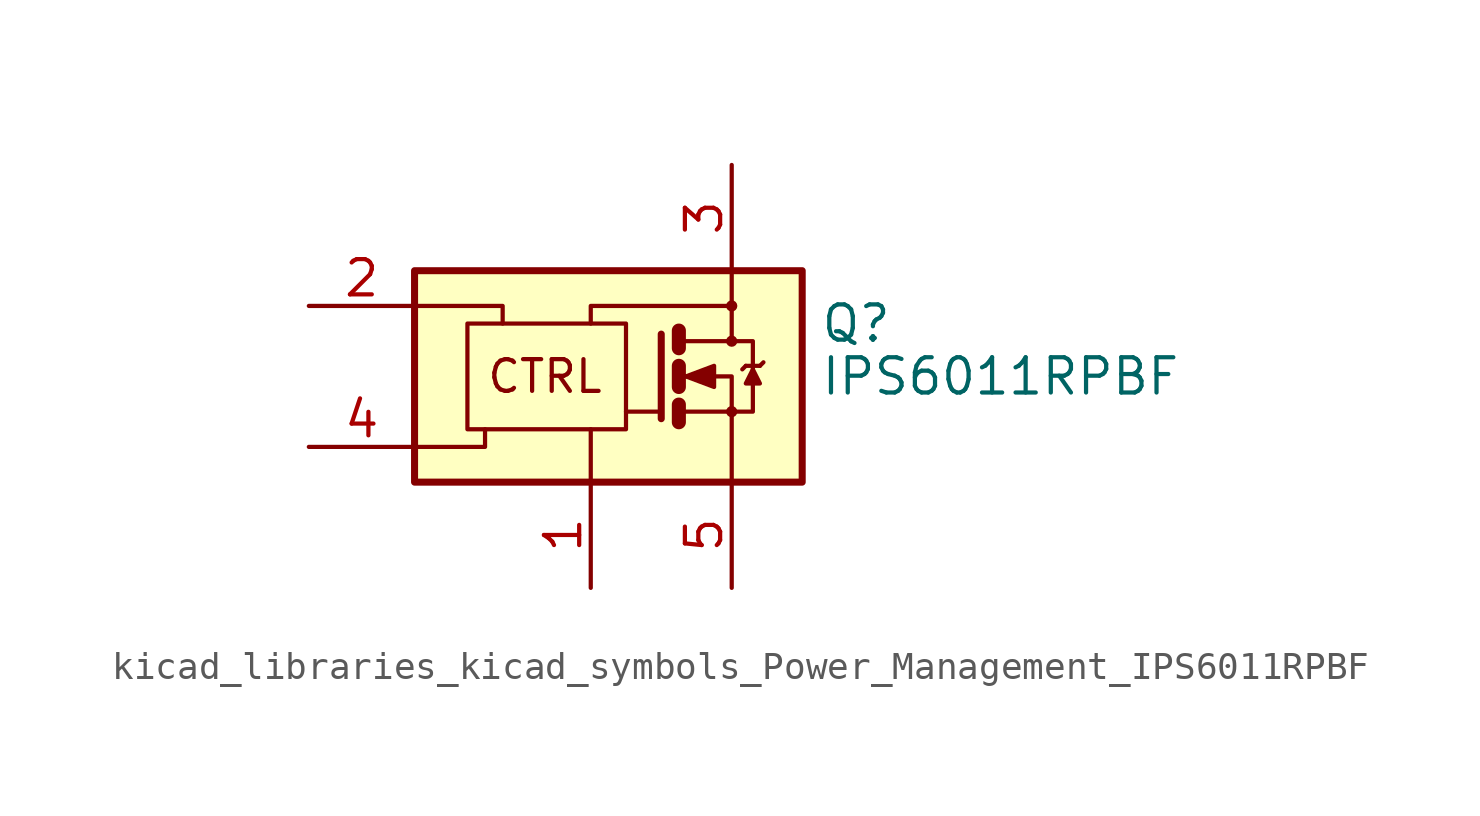
<source format=kicad_sym>
(kicad_symbol_lib
  (version 20220914)
  (generator kicad_symbol_editor)
  (symbol "kicad_libraries_kicad_symbols_Power_Management_IPS6011RPBF"
    (pin_names
      (offset 0) hide)
    (property "Reference" "Q"
      (at 8.255 1.905 0)
      (effects (font (size 1.27 1.27)) (justify left)))
    (property "Value" "IPS6011RPBF"
      (at 8.255 0 0)
      (effects (font (size 1.27 1.27)) (justify left)))
    (symbol "kicad_libraries_kicad_symbols_Power_Management_IPS6011RPBF_0_0"
      (rectangle (start -6.35 3.81) (end 7.62 -3.81) (stroke (width 0.254) (type default)) (fill (type background)))
      (polyline (pts (xy 0 -3.81) (xy 0 -1.905)) (stroke (width 0) (type default)) (fill (type none)))
      (polyline (pts (xy -6.35 -2.54) (xy -3.81 -2.54) (xy -3.81 -1.905)) (stroke (width 0) (type default)) (fill (type none)))
      (polyline (pts (xy -6.35 2.54) (xy -3.175 2.54) (xy -3.175 1.905)) (stroke (width 0) (type default)) (fill (type none)))
      (polyline (pts (xy 0 1.905) (xy 0 2.54) (xy 5.08 2.54)) (stroke (width 0) (type default)) (fill (type none)))
      (circle (center 5.08 2.54) (radius 0.127) (stroke (width 0) (type default)) (fill (type none)))
      (text "CTRL" (at -1.651 0 0) (effects (font (size 1.143 1.143)))))
    (symbol "kicad_libraries_kicad_symbols_Power_Management_IPS6011RPBF_0_1"
      (rectangle (start -4.445 1.905) (end 1.27 -1.905) (stroke (width 0) (type default)) (fill (type none)))
      (polyline (pts (xy 2.54 -1.27) (xy 1.27 -1.27)) (stroke (width 0) (type default)) (fill (type none)))
      (polyline (pts (xy 3.175 -1.27) (xy 5.08 -1.27)) (stroke (width 0) (type default)) (fill (type none)))
      (polyline (pts (xy 3.175 -1.016) (xy 3.175 -1.651)) (stroke (width 0.508) (type default)) (fill (type none)))
      (polyline (pts (xy 3.175 0.381) (xy 3.175 -0.381)) (stroke (width 0.508) (type default)) (fill (type none)))
      (polyline (pts (xy 3.175 1.651) (xy 3.175 1.016)) (stroke (width 0.508) (type default)) (fill (type none)))
      (polyline (pts (xy 5.588 0.381) (xy 5.461 0.254)) (stroke (width 0) (type default)) (fill (type none)))
      (polyline (pts (xy 5.588 0.381) (xy 6.096 0.381)) (stroke (width 0) (type default)) (fill (type none)))
      (polyline (pts (xy 6.096 0.381) (xy 6.223 0.508)) (stroke (width 0) (type default)) (fill (type none)))
      (polyline (pts (xy 2.54 1.524) (xy 2.54 -1.524) (xy 2.54 -1.524)) (stroke (width 0.254) (type default)) (fill (type none)))
      (polyline (pts (xy 3.175 0) (xy 5.08 0) (xy 5.08 -3.81)) (stroke (width 0) (type default)) (fill (type none)))
      (polyline (pts (xy 3.175 1.27) (xy 5.08 1.27) (xy 5.08 3.81)) (stroke (width 0) (type default)) (fill (type none)))
      (polyline (pts (xy 5.08 -1.27) (xy 5.842 -1.27) (xy 5.842 1.27) (xy 5.08 1.27)) (stroke (width 0) (type default)) (fill (type none)))
      (polyline (pts (xy 5.842 0.254) (xy 5.588 -0.254) (xy 6.096 -0.254) (xy 5.842 0.254)) (stroke (width 0) (type default)) (fill (type outline)))
      (polyline (pts (xy 3.429 0) (xy 4.445 0.381) (xy 4.445 -0.381) (xy 3.429 0) (xy 3.556 0) (xy 3.556 0)) (stroke (width 0) (type default)) (fill (type outline)))
      (circle (center 5.08 -1.27) (radius 0.127) (stroke (width 0) (type default)) (fill (type none)))
      (circle (center 5.08 1.27) (radius 0.127) (stroke (width 0) (type default)) (fill (type none))))
    (symbol "kicad_libraries_kicad_symbols_Power_Management_IPS6011RPBF_1_1"
      (pin power_in line (at 0 -7.62 90) (length 3.81) (name "GND" (effects (font (size 1.27 1.27)))) (number "1" (effects (font (size 1.27 1.27)))))
      (pin input line (at -10.16 2.54 0) (length 3.81) (name "IN" (effects (font (size 1.27 1.27)))) (number "2" (effects (font (size 1.27 1.27)))))
      (pin power_in line (at 5.08 7.62 270) (length 3.81) (name "VCC" (effects (font (size 1.27 1.27)))) (number "3" (effects (font (size 1.27 1.27)))))
      (pin bidirectional line (at -10.16 -2.54 0) (length 3.81) (name "DG" (effects (font (size 1.27 1.27)))) (number "4" (effects (font (size 1.27 1.27)))))
      (pin output line (at 5.08 -7.62 90) (length 3.81) (name "OUT" (effects (font (size 1.27 1.27)))) (number "5" (effects (font (size 1.27 1.27))))))))
</source>
